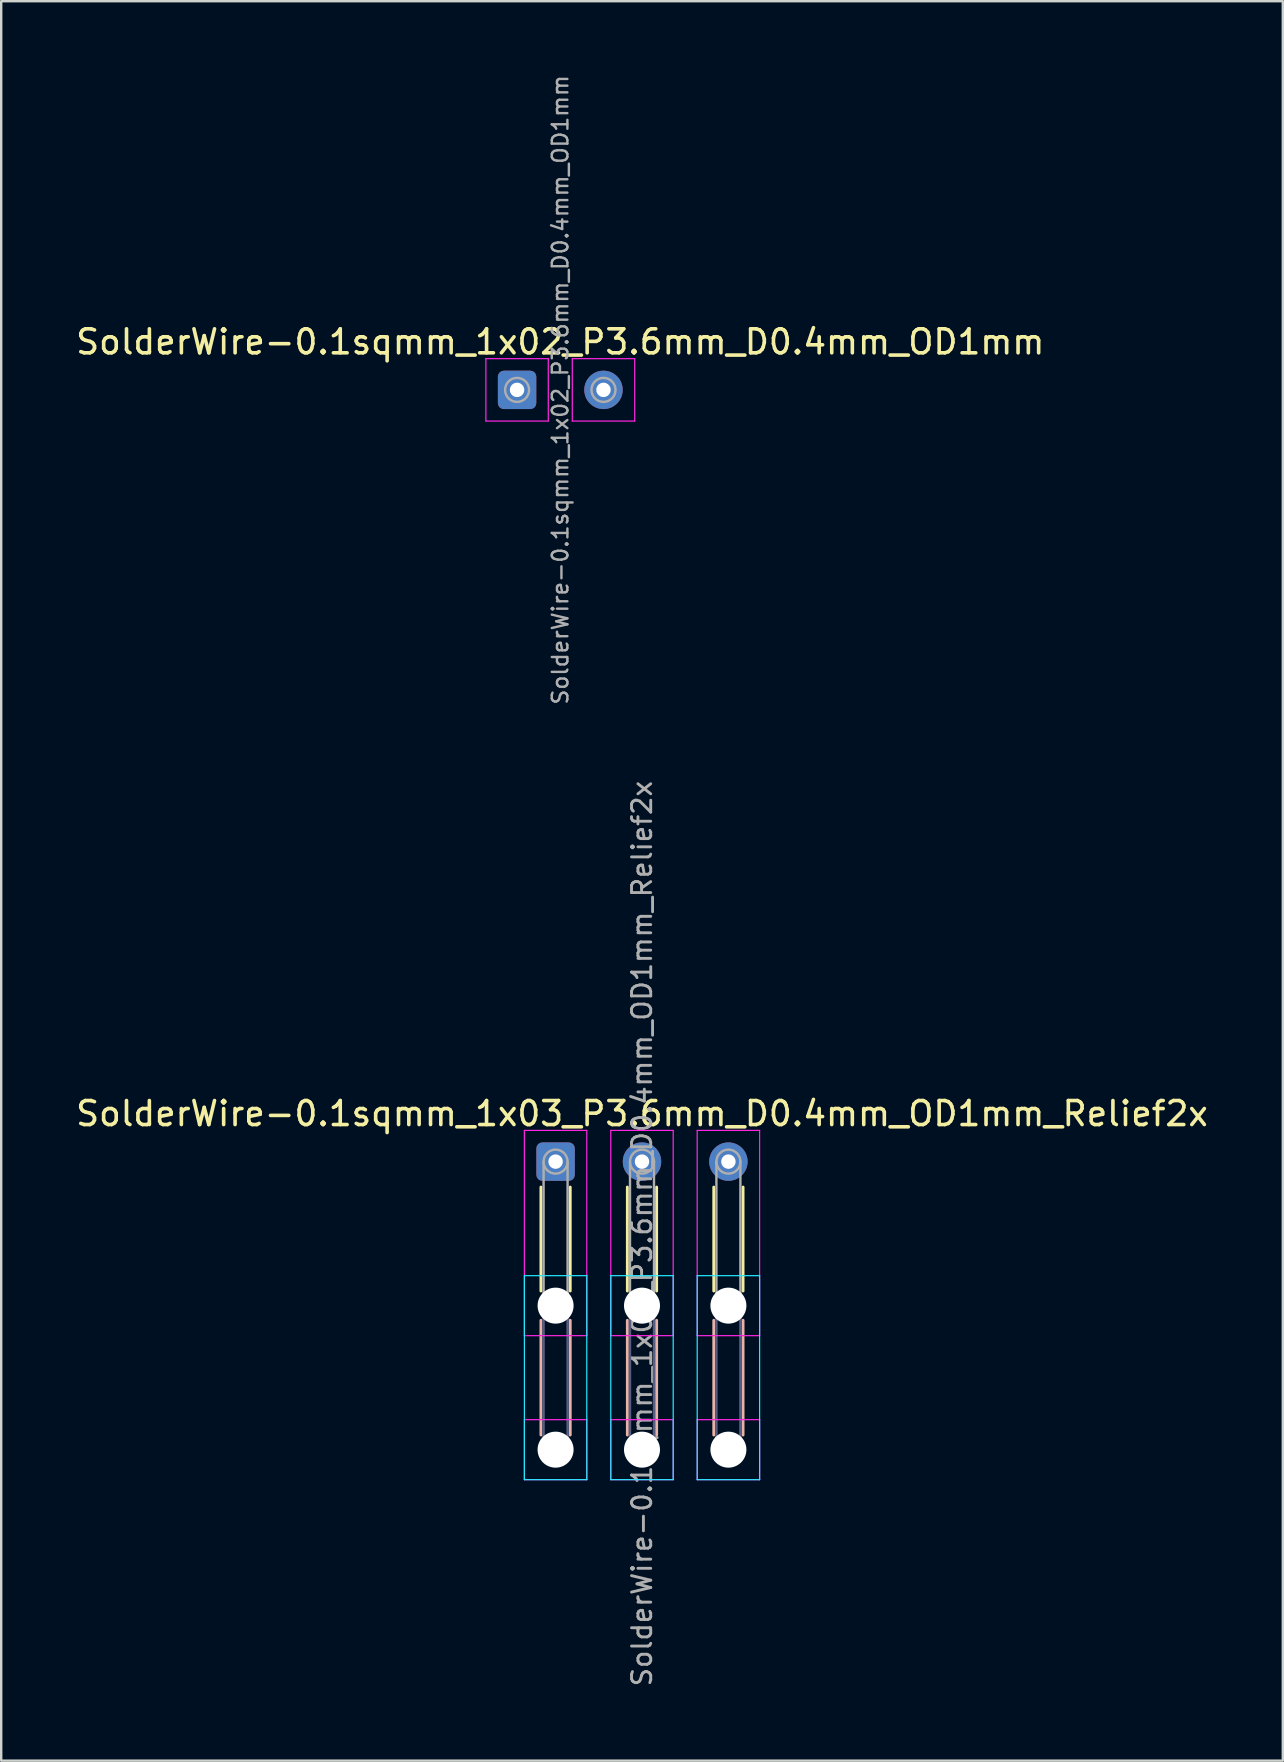
<source format=kicad_pcb>
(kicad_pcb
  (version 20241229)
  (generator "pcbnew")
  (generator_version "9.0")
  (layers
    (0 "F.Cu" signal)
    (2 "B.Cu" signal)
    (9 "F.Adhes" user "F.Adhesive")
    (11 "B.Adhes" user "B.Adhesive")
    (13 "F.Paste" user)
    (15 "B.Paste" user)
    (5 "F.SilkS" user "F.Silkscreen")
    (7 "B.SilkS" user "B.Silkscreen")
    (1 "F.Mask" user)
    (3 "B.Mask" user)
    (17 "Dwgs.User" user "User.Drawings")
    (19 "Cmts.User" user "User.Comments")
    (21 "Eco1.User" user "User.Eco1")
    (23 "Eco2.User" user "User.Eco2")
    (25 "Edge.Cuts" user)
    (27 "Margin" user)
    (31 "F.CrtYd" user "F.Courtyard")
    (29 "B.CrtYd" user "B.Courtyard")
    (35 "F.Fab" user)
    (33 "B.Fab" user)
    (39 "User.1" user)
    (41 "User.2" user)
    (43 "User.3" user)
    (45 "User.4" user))
  (footprint "SolderWire-0.1sqmm_1x03_P3.6mm_D0.4mm_OD1mm_Relief2x"
    (layer "F.Cu")
    (at 20.096 45.344)
    (property "Reference" "SolderWire-0.1sqmm_1x03_P3.6mm_D0.4mm_OD1mm_Relief2x" (at 3.6 -2 0) (layer "F.SilkS") (effects (font (size 1 1) (thickness 0.15))))
    (attr exclude_from_pos_files exclude_from_bom)
    (fp_line (start -0.61 1.06) (end -0.61 5.39) (stroke (width 0.12) (type solid)) (layer "F.SilkS"))
    (fp_line (start 0.61 1.06) (end 0.61 5.39) (stroke (width 0.12) (type solid)) (layer "F.SilkS"))
    (fp_line (start 2.99 1.06) (end 2.99 5.39) (stroke (width 0.12) (type solid)) (layer "F.SilkS"))
    (fp_line (start 4.21 1.06) (end 4.21 5.39) (stroke (width 0.12) (type solid)) (layer "F.SilkS"))
    (fp_line (start 6.59 1.06) (end 6.59 5.39) (stroke (width 0.12) (type solid)) (layer "F.SilkS"))
    (fp_line (start 7.81 1.06) (end 7.81 5.39) (stroke (width 0.12) (type solid)) (layer "F.SilkS"))
    (fp_line (start -0.61 6.61) (end -0.61 11.39) (stroke (width 0.12) (type solid)) (layer "B.SilkS"))
    (fp_line (start 0.61 6.61) (end 0.61 11.39) (stroke (width 0.12) (type solid)) (layer "B.SilkS"))
    (fp_line (start 2.99 6.61) (end 2.99 11.39) (stroke (width 0.12) (type solid)) (layer "B.SilkS"))
    (fp_line (start 4.21 6.61) (end 4.21 11.39) (stroke (width 0.12) (type solid)) (layer "B.SilkS"))
    (fp_line (start 6.59 6.61) (end 6.59 11.39) (stroke (width 0.12) (type solid)) (layer "B.SilkS"))
    (fp_line (start 7.81 6.61) (end 7.81 11.39) (stroke (width 0.12) (type solid)) (layer "B.SilkS"))
    (fp_line (start -1.3 4.75) (end -1.3 13.25) (stroke (width 0.05) (type solid)) (layer "B.CrtYd"))
    (fp_line (start -1.3 13.25) (end 1.3 13.25) (stroke (width 0.05) (type solid)) (layer "B.CrtYd"))
    (fp_line (start 1.3 4.75) (end -1.3 4.75) (stroke (width 0.05) (type solid)) (layer "B.CrtYd"))
    (fp_line (start 1.3 13.25) (end 1.3 4.75) (stroke (width 0.05) (type solid)) (layer "B.CrtYd"))
    (fp_line (start 2.3 4.75) (end 2.3 13.25) (stroke (width 0.05) (type solid)) (layer "B.CrtYd"))
    (fp_line (start 2.3 13.25) (end 4.9 13.25) (stroke (width 0.05) (type solid)) (layer "B.CrtYd"))
    (fp_line (start 4.9 4.75) (end 2.3 4.75) (stroke (width 0.05) (type solid)) (layer "B.CrtYd"))
    (fp_line (start 4.9 13.25) (end 4.9 4.75) (stroke (width 0.05) (type solid)) (layer "B.CrtYd"))
    (fp_line (start 5.9 4.75) (end 5.9 13.25) (stroke (width 0.05) (type solid)) (layer "B.CrtYd"))
    (fp_line (start 5.9 13.25) (end 8.5 13.25) (stroke (width 0.05) (type solid)) (layer "B.CrtYd"))
    (fp_line (start 8.5 4.75) (end 5.9 4.75) (stroke (width 0.05) (type solid)) (layer "B.CrtYd"))
    (fp_line (start 8.5 13.25) (end 8.5 4.75) (stroke (width 0.05) (type solid)) (layer "B.CrtYd"))
    (fp_line (start -1.3 -1.3) (end -1.3 7.25) (stroke (width 0.05) (type solid)) (layer "F.CrtYd"))
    (fp_line (start -1.3 7.25) (end 1.3 7.25) (stroke (width 0.05) (type solid)) (layer "F.CrtYd"))
    (fp_line (start -1.3 10.75) (end -1.3 13.25) (stroke (width 0.05) (type solid)) (layer "F.CrtYd"))
    (fp_line (start -1.3 13.25) (end 1.3 13.25) (stroke (width 0.05) (type solid)) (layer "F.CrtYd"))
    (fp_line (start 1.3 -1.3) (end -1.3 -1.3) (stroke (width 0.05) (type solid)) (layer "F.CrtYd"))
    (fp_line (start 1.3 7.25) (end 1.3 -1.3) (stroke (width 0.05) (type solid)) (layer "F.CrtYd"))
    (fp_line (start 1.3 10.75) (end -1.3 10.75) (stroke (width 0.05) (type solid)) (layer "F.CrtYd"))
    (fp_line (start 1.3 13.25) (end 1.3 10.75) (stroke (width 0.05) (type solid)) (layer "F.CrtYd"))
    (fp_line (start 2.3 -1.3) (end 2.3 7.25) (stroke (width 0.05) (type solid)) (layer "F.CrtYd"))
    (fp_line (start 2.3 7.25) (end 4.9 7.25) (stroke (width 0.05) (type solid)) (layer "F.CrtYd"))
    (fp_line (start 2.3 10.75) (end 2.3 13.25) (stroke (width 0.05) (type solid)) (layer "F.CrtYd"))
    (fp_line (start 2.3 13.25) (end 4.9 13.25) (stroke (width 0.05) (type solid)) (layer "F.CrtYd"))
    (fp_line (start 4.9 -1.3) (end 2.3 -1.3) (stroke (width 0.05) (type solid)) (layer "F.CrtYd"))
    (fp_line (start 4.9 7.25) (end 4.9 -1.3) (stroke (width 0.05) (type solid)) (layer "F.CrtYd"))
    (fp_line (start 4.9 10.75) (end 2.3 10.75) (stroke (width 0.05) (type solid)) (layer "F.CrtYd"))
    (fp_line (start 4.9 13.25) (end 4.9 10.75) (stroke (width 0.05) (type solid)) (layer "F.CrtYd"))
    (fp_line (start 5.9 -1.3) (end 5.9 7.25) (stroke (width 0.05) (type solid)) (layer "F.CrtYd"))
    (fp_line (start 5.9 7.25) (end 8.5 7.25) (stroke (width 0.05) (type solid)) (layer "F.CrtYd"))
    (fp_line (start 5.9 10.75) (end 5.9 13.25) (stroke (width 0.05) (type solid)) (layer "F.CrtYd"))
    (fp_line (start 5.9 13.25) (end 8.5 13.25) (stroke (width 0.05) (type solid)) (layer "F.CrtYd"))
    (fp_line (start 8.5 -1.3) (end 5.9 -1.3) (stroke (width 0.05) (type solid)) (layer "F.CrtYd"))
    (fp_line (start 8.5 7.25) (end 8.5 -1.3) (stroke (width 0.05) (type solid)) (layer "F.CrtYd"))
    (fp_line (start 8.5 10.75) (end 5.9 10.75) (stroke (width 0.05) (type solid)) (layer "F.CrtYd"))
    (fp_line (start 8.5 13.25) (end 8.5 10.75) (stroke (width 0.05) (type solid)) (layer "F.CrtYd"))
    (fp_line (start -0.5 6) (end -0.5 12) (stroke (width 0.1) (type solid)) (layer "B.Fab"))
    (fp_line (start 0.5 6) (end 0.5 12) (stroke (width 0.1) (type solid)) (layer "B.Fab"))
    (fp_line (start 3.1 6) (end 3.1 12) (stroke (width 0.1) (type solid)) (layer "B.Fab"))
    (fp_line (start 4.1 6) (end 4.1 12) (stroke (width 0.1) (type solid)) (layer "B.Fab"))
    (fp_line (start 6.7 6) (end 6.7 12) (stroke (width 0.1) (type solid)) (layer "B.Fab"))
    (fp_line (start 7.7 6) (end 7.7 12) (stroke (width 0.1) (type solid)) (layer "B.Fab"))
    (fp_circle (center 0 6) (end 0.5 6) (stroke (width 0.1) (type solid)) (fill no) (layer "B.Fab"))
    (fp_circle (center 0 12) (end 0.5 12) (stroke (width 0.1) (type solid)) (fill no) (layer "B.Fab"))
    (fp_circle (center 3.6 6) (end 4.1 6) (stroke (width 0.1) (type solid)) (fill no) (layer "B.Fab"))
    (fp_circle (center 3.6 12) (end 4.1 12) (stroke (width 0.1) (type solid)) (fill no) (layer "B.Fab"))
    (fp_circle (center 7.2 6) (end 7.7 6) (stroke (width 0.1) (type solid)) (fill no) (layer "B.Fab"))
    (fp_circle (center 7.2 12) (end 7.7 12) (stroke (width 0.1) (type solid)) (fill no) (layer "B.Fab"))
    (fp_line (start -0.5 0) (end -0.5 6) (stroke (width 0.1) (type solid)) (layer "F.Fab"))
    (fp_line (start 0.5 0) (end 0.5 6) (stroke (width 0.1) (type solid)) (layer "F.Fab"))
    (fp_line (start 3.1 0) (end 3.1 6) (stroke (width 0.1) (type solid)) (layer "F.Fab"))
    (fp_line (start 4.1 0) (end 4.1 6) (stroke (width 0.1) (type solid)) (layer "F.Fab"))
    (fp_line (start 6.7 0) (end 6.7 6) (stroke (width 0.1) (type solid)) (layer "F.Fab"))
    (fp_line (start 7.7 0) (end 7.7 6) (stroke (width 0.1) (type solid)) (layer "F.Fab"))
    (fp_circle (center 0 0) (end 0.5 0) (stroke (width 0.1) (type solid)) (fill no) (layer "F.Fab"))
    (fp_circle (center 0 6) (end 0.5 6) (stroke (width 0.1) (type solid)) (fill no) (layer "F.Fab"))
    (fp_circle (center 0 12) (end 0.5 12) (stroke (width 0.1) (type solid)) (fill no) (layer "F.Fab"))
    (fp_circle (center 3.6 0) (end 4.1 0) (stroke (width 0.1) (type solid)) (fill no) (layer "F.Fab"))
    (fp_circle (center 3.6 6) (end 4.1 6) (stroke (width 0.1) (type solid)) (fill no) (layer "F.Fab"))
    (fp_circle (center 3.6 12) (end 4.1 12) (stroke (width 0.1) (type solid)) (fill no) (layer "F.Fab"))
    (fp_circle (center 7.2 0) (end 7.7 0) (stroke (width 0.1) (type solid)) (fill no) (layer "F.Fab"))
    (fp_circle (center 7.2 6) (end 7.7 6) (stroke (width 0.1) (type solid)) (fill no) (layer "F.Fab"))
    (fp_circle (center 7.2 12) (end 7.7 12) (stroke (width 0.1) (type solid)) (fill no) (layer "F.Fab"))
    (fp_text user "${REFERENCE}" (at 3.6 3 90) (layer "F.Fab") (effects (font (size 0.8 0.8) (thickness 0.12))))
    (pad "" np_thru_hole circle (at 0 6) (size 1.5 1.5) (drill 1.5) (layers "*.Cu" "*.Mask"))
    (pad "" np_thru_hole circle (at 0 12) (size 1.5 1.5) (drill 1.5) (layers "*.Cu" "*.Mask"))
    (pad "" np_thru_hole circle (at 3.6 6) (size 1.5 1.5) (drill 1.5) (layers "*.Cu" "*.Mask"))
    (pad "" np_thru_hole circle (at 3.6 12) (size 1.5 1.5) (drill 1.5) (layers "*.Cu" "*.Mask"))
    (pad "" np_thru_hole circle (at 7.2 6) (size 1.5 1.5) (drill 1.5) (layers "*.Cu" "*.Mask"))
    (pad "" np_thru_hole circle (at 7.2 12) (size 1.5 1.5) (drill 1.5) (layers "*.Cu" "*.Mask"))
    (pad "1" thru_hole roundrect (at 0 0) (size 1.6 1.6) (drill 0.6) (layers "*.Cu" "*.Mask") (roundrect_rratio 0.156))
    (pad "2" thru_hole circle (at 3.6 0) (size 1.6 1.6) (drill 0.6) (layers "*.Cu" "*.Mask"))
    (pad "3" thru_hole circle (at 7.2 0) (size 1.6 1.6) (drill 0.6) (layers "*.Cu" "*.Mask")))
  (footprint "SolderWire-0.1sqmm_1x02_P3.6mm_D0.4mm_OD1mm"
    (layer "F.Cu")
    (at 18.492 13.193)
    (property "Reference" "SolderWire-0.1sqmm_1x02_P3.6mm_D0.4mm_OD1mm" (at 1.8 -2 0) (layer "F.SilkS") (effects (font (size 1 1) (thickness 0.15))))
    (attr exclude_from_pos_files exclude_from_bom)
    (fp_line (start -1.3 -1.3) (end -1.3 1.3) (stroke (width 0.05) (type solid)) (layer "F.CrtYd"))
    (fp_line (start -1.3 1.3) (end 1.3 1.3) (stroke (width 0.05) (type solid)) (layer "F.CrtYd"))
    (fp_line (start 1.3 -1.3) (end -1.3 -1.3) (stroke (width 0.05) (type solid)) (layer "F.CrtYd"))
    (fp_line (start 1.3 1.3) (end 1.3 -1.3) (stroke (width 0.05) (type solid)) (layer "F.CrtYd"))
    (fp_line (start 2.3 -1.3) (end 2.3 1.3) (stroke (width 0.05) (type solid)) (layer "F.CrtYd"))
    (fp_line (start 2.3 1.3) (end 4.9 1.3) (stroke (width 0.05) (type solid)) (layer "F.CrtYd"))
    (fp_line (start 4.9 -1.3) (end 2.3 -1.3) (stroke (width 0.05) (type solid)) (layer "F.CrtYd"))
    (fp_line (start 4.9 1.3) (end 4.9 -1.3) (stroke (width 0.05) (type solid)) (layer "F.CrtYd"))
    (fp_circle (center 0 0) (end 0.5 0) (stroke (width 0.1) (type solid)) (fill no) (layer "F.Fab"))
    (fp_circle (center 3.6 0) (end 4.1 0) (stroke (width 0.1) (type solid)) (fill no) (layer "F.Fab"))
    (fp_text user "${REFERENCE}" (at 1.8 0 90) (layer "F.Fab") (effects (font (size 0.65 0.65) (thickness 0.1))))
    (pad "1" thru_hole roundrect (at 0 0) (size 1.6 1.6) (drill 0.6) (layers "*.Cu" "*.Mask") (roundrect_rratio 0.156))
    (pad "2" thru_hole circle (at 3.6 0) (size 1.6 1.6) (drill 0.6) (layers "*.Cu" "*.Mask")))
  (gr_rect
    (start -3 -3)
    (end 50.393 70.301)
    (stroke (width 0.1) (type default))
    (fill no)
    (layer "Edge.Cuts")))
</source>
